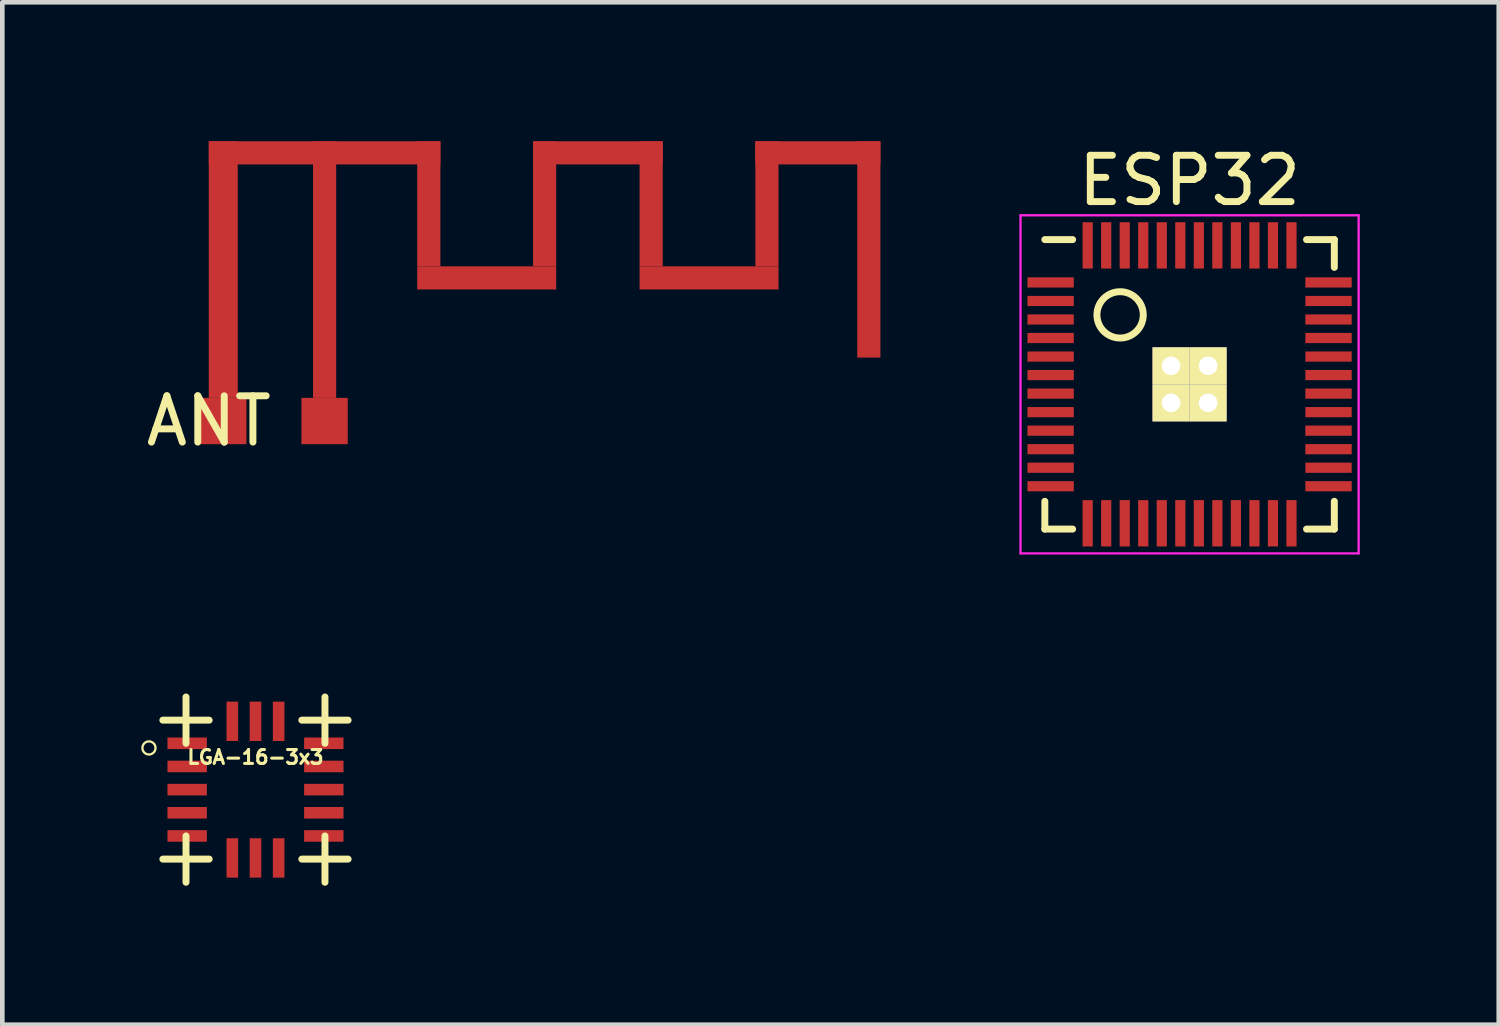
<source format=kicad_pcb>
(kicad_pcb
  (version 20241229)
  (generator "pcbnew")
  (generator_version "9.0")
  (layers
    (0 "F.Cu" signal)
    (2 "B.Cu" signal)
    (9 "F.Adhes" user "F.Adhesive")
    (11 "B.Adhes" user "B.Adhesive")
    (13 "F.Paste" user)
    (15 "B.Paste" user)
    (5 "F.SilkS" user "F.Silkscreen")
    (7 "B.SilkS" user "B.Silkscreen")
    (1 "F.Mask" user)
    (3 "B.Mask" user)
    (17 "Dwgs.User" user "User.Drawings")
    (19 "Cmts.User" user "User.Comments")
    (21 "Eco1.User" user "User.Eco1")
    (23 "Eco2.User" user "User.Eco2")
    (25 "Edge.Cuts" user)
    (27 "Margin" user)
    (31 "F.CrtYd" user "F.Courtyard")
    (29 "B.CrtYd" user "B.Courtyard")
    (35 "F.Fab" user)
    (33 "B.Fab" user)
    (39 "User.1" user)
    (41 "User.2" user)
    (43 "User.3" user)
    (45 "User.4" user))
  (footprint "ANT"
    (layer "F.Cu")
    (at 1.458 5.54)
    (property "Reference" "ANT" (at 0 0.5 0) (layer "F.SilkS") (effects (font (size 1 1) (thickness 0.15))))
    (attr through_hole)
    (pad "" smd rect (at 0.312 -2.77) (size 0.625 5.54) (layers "F.Cu" "F.Paste"))
    (pad "" smd rect (at 2.5 -5.29) (size 5 0.5) (layers "F.Cu" "F.Paste"))
    (pad "" smd rect (at 2.5 -2.77) (size 0.5 5.54) (layers "F.Cu" "F.Paste"))
    (pad "" smd rect (at 4.75 -4.19) (size 0.5 2.7) (layers "F.Cu" "F.Paste"))
    (pad "" smd rect (at 6 -2.59) (size 3 0.5) (layers "F.Cu" "F.Paste"))
    (pad "" smd rect (at 7.25 -4.19) (size 0.5 2.7) (layers "F.Cu" "F.Paste"))
    (pad "" smd rect (at 8.4 -5.29) (size 2.8 0.5) (layers "F.Cu" "F.Paste"))
    (pad "" smd rect (at 9.55 -4.19) (size 0.5 2.7) (layers "F.Cu" "F.Paste"))
    (pad "" smd rect (at 10.8 -2.59) (size 3 0.5) (layers "F.Cu" "F.Paste"))
    (pad "" smd rect (at 12.05 -4.19) (size 0.5 2.7) (layers "F.Cu" "F.Paste"))
    (pad "" smd rect (at 13.15 -5.29) (size 2.7 0.5) (layers "F.Cu" "F.Paste"))
    (pad "" smd rect (at 14.25 -3.205) (size 0.5 4.67) (layers "F.Cu" "F.Paste"))
    (pad "1" smd rect (at 2.5 0.5) (size 1 1) (layers "F.Cu" "F.Mask" "F.Paste"))
    (pad "2" smd rect (at 0.312 0.5) (size 1 1) (layers "F.Cu" "F.Mask" "F.Paste")))
  (footprint "ESP32"
    (layer "F.Cu")
    (at 22.633 5.248)
    (property "Reference" "ESP32" (at 0 -4.4 0) (layer "F.SilkS") (effects (font (size 1 1) (thickness 0.15))))
    (attr smd)
    (fp_line (start -3.125 -3.125) (end -2.525 -3.125) (stroke (width 0.15) (type solid)) (layer "F.SilkS"))
    (fp_line (start -3.125 3.125) (end -3.125 2.525) (stroke (width 0.15) (type solid)) (layer "F.SilkS"))
    (fp_line (start -3.125 3.125) (end -2.525 3.125) (stroke (width 0.15) (type solid)) (layer "F.SilkS"))
    (fp_line (start 3.125 -3.125) (end 2.525 -3.125) (stroke (width 0.15) (type solid)) (layer "F.SilkS"))
    (fp_line (start 3.125 -3.125) (end 3.125 -2.525) (stroke (width 0.15) (type solid)) (layer "F.SilkS"))
    (fp_line (start 3.125 3.125) (end 2.525 3.125) (stroke (width 0.15) (type solid)) (layer "F.SilkS"))
    (fp_line (start 3.125 3.125) (end 3.125 2.525) (stroke (width 0.15) (type solid)) (layer "F.SilkS"))
    (fp_circle (center -1.5 -1.5) (end -2 -1.5) (stroke (width 0.15) (type solid)) (fill no) (layer "F.SilkS"))
    (fp_line (start -3.65 -3.65) (end -3.65 3.65) (stroke (width 0.05) (type solid)) (layer "F.CrtYd"))
    (fp_line (start -3.65 -3.65) (end 3.65 -3.65) (stroke (width 0.05) (type solid)) (layer "F.CrtYd"))
    (fp_line (start -3.65 3.65) (end 3.65 3.65) (stroke (width 0.05) (type solid)) (layer "F.CrtYd"))
    (fp_line (start 3.65 -3.65) (end 3.65 3.65) (stroke (width 0.05) (type solid)) (layer "F.CrtYd"))
    (pad "1" smd rect (at -3 -2.2) (size 1 0.22) (layers "F.Cu" "F.Mask" "F.Paste"))
    (pad "2" smd rect (at -3 -1.8) (size 1 0.22) (layers "F.Cu" "F.Mask" "F.Paste"))
    (pad "3" smd rect (at -3 -1.4) (size 1 0.22) (layers "F.Cu" "F.Mask" "F.Paste"))
    (pad "4" smd rect (at -3 -1) (size 1 0.22) (layers "F.Cu" "F.Mask" "F.Paste"))
    (pad "5" smd rect (at -3 -0.6) (size 1 0.22) (layers "F.Cu" "F.Mask" "F.Paste"))
    (pad "6" smd rect (at -3 -0.2) (size 1 0.22) (layers "F.Cu" "F.Mask" "F.Paste"))
    (pad "7" smd rect (at -3 0.2) (size 1 0.22) (layers "F.Cu" "F.Mask" "F.Paste"))
    (pad "8" smd rect (at -3 0.6) (size 1 0.22) (layers "F.Cu" "F.Mask" "F.Paste"))
    (pad "9" smd rect (at -3 1) (size 1 0.22) (layers "F.Cu" "F.Mask" "F.Paste"))
    (pad "10" smd rect (at -3 1.4) (size 1 0.22) (layers "F.Cu" "F.Mask" "F.Paste"))
    (pad "11" smd rect (at -3 1.8) (size 1 0.22) (layers "F.Cu" "F.Mask" "F.Paste"))
    (pad "12" smd rect (at -3 2.2) (size 1 0.22) (layers "F.Cu" "F.Mask" "F.Paste"))
    (pad "13" smd rect (at -2.2 3 90) (size 1 0.22) (layers "F.Cu" "F.Mask" "F.Paste"))
    (pad "14" smd rect (at -1.8 3 90) (size 1 0.22) (layers "F.Cu" "F.Mask" "F.Paste"))
    (pad "15" smd rect (at -1.4 3 90) (size 1 0.22) (layers "F.Cu" "F.Mask" "F.Paste"))
    (pad "16" smd rect (at -1 3 90) (size 1 0.22) (layers "F.Cu" "F.Mask" "F.Paste"))
    (pad "17" smd rect (at -0.6 3 90) (size 1 0.22) (layers "F.Cu" "F.Mask" "F.Paste"))
    (pad "18" smd rect (at -0.2 3 90) (size 1 0.22) (layers "F.Cu" "F.Mask" "F.Paste"))
    (pad "19" smd rect (at 0.2 3 90) (size 1 0.22) (layers "F.Cu" "F.Mask" "F.Paste"))
    (pad "20" smd rect (at 0.6 3 90) (size 1 0.22) (layers "F.Cu" "F.Mask" "F.Paste"))
    (pad "21" smd rect (at 1 3 90) (size 1 0.22) (layers "F.Cu" "F.Mask" "F.Paste"))
    (pad "22" smd rect (at 1.4 3 90) (size 1 0.22) (layers "F.Cu" "F.Mask" "F.Paste"))
    (pad "23" smd rect (at 1.8 3 90) (size 1 0.22) (layers "F.Cu" "F.Mask" "F.Paste"))
    (pad "24" smd rect (at 2.2 3 90) (size 1 0.22) (layers "F.Cu" "F.Mask" "F.Paste"))
    (pad "25" smd rect (at 3 2.2) (size 1 0.22) (layers "F.Cu" "F.Mask" "F.Paste"))
    (pad "26" smd rect (at 3 1.8) (size 1 0.22) (layers "F.Cu" "F.Mask" "F.Paste"))
    (pad "27" smd rect (at 3 1.4) (size 1 0.22) (layers "F.Cu" "F.Mask" "F.Paste"))
    (pad "28" smd rect (at 3 1) (size 1 0.22) (layers "F.Cu" "F.Mask" "F.Paste"))
    (pad "29" smd rect (at 3 0.6) (size 1 0.22) (layers "F.Cu" "F.Mask" "F.Paste"))
    (pad "30" smd rect (at 3 0.2) (size 1 0.22) (layers "F.Cu" "F.Mask" "F.Paste"))
    (pad "31" smd rect (at 3 -0.2) (size 1 0.22) (layers "F.Cu" "F.Mask" "F.Paste"))
    (pad "32" smd rect (at 3 -0.6) (size 1 0.22) (layers "F.Cu" "F.Mask" "F.Paste"))
    (pad "33" smd rect (at 3 -1) (size 1 0.22) (layers "F.Cu" "F.Mask" "F.Paste"))
    (pad "34" smd rect (at 3 -1.4) (size 1 0.22) (layers "F.Cu" "F.Mask" "F.Paste"))
    (pad "35" smd rect (at 3 -1.8) (size 1 0.22) (layers "F.Cu" "F.Mask" "F.Paste"))
    (pad "36" smd rect (at 3 -2.2) (size 1 0.22) (layers "F.Cu" "F.Mask" "F.Paste"))
    (pad "37" smd rect (at 2.2 -3 90) (size 1 0.22) (layers "F.Cu" "F.Mask" "F.Paste"))
    (pad "38" smd rect (at 1.8 -3 90) (size 1 0.22) (layers "F.Cu" "F.Mask" "F.Paste"))
    (pad "39" smd rect (at 1.4 -3 90) (size 1 0.22) (layers "F.Cu" "F.Mask" "F.Paste"))
    (pad "40" smd rect (at 1 -3 90) (size 1 0.22) (layers "F.Cu" "F.Mask" "F.Paste"))
    (pad "41" smd rect (at 0.6 -3 90) (size 1 0.22) (layers "F.Cu" "F.Mask" "F.Paste"))
    (pad "42" smd rect (at 0.2 -3 90) (size 1 0.22) (layers "F.Cu" "F.Mask" "F.Paste"))
    (pad "43" smd rect (at -0.2 -3 90) (size 1 0.22) (layers "F.Cu" "F.Mask" "F.Paste"))
    (pad "44" smd rect (at -0.6 -3 90) (size 1 0.22) (layers "F.Cu" "F.Mask" "F.Paste"))
    (pad "45" smd rect (at -1 -3 90) (size 1 0.22) (layers "F.Cu" "F.Mask" "F.Paste"))
    (pad "46" smd rect (at -1.4 -3 90) (size 1 0.22) (layers "F.Cu" "F.Mask" "F.Paste"))
    (pad "47" smd rect (at -1.8 -3 90) (size 1 0.22) (layers "F.Cu" "F.Mask" "F.Paste"))
    (pad "48" smd rect (at -2.2 -3 90) (size 1 0.22) (layers "F.Cu" "F.Mask" "F.Paste"))
    (pad "49" thru_hole rect (at -0.4 -0.4) (size 0.8 0.8) (drill 0.4) (layers "*.Cu" "*.Mask" "F.SilkS"))
    (pad "49" thru_hole rect (at -0.4 0.4) (size 0.8 0.8) (drill 0.4) (layers "*.Cu" "*.Mask" "F.SilkS"))
    (pad "49" thru_hole rect (at 0.4 -0.4) (size 0.8 0.8) (drill 0.4) (layers "*.Cu" "*.Mask" "F.SilkS"))
    (pad "49" thru_hole rect (at 0.4 0.4) (size 0.8 0.8) (drill 0.4) (layers "*.Cu" "*.Mask" "F.SilkS")))
  (footprint "LGA-16-3x3"
    (layer "F.Cu")
    (at 2.466 13.998)
    (property "Reference" "LGA-16-3x3" (at 0 -0.701 0) (layer "F.SilkS") (effects (font (size 0.3 0.3) (thickness 0.066))))
    (attr through_hole)
    (fp_line (start -1.5 -1) (end -1.5 -2) (stroke (width 0.15) (type solid)) (layer "F.SilkS"))
    (fp_line (start -1.5 1) (end -1.5 2) (stroke (width 0.15) (type solid)) (layer "F.SilkS"))
    (fp_line (start -1 -1.5) (end -2 -1.5) (stroke (width 0.15) (type solid)) (layer "F.SilkS"))
    (fp_line (start -1 1.5) (end -2 1.5) (stroke (width 0.15) (type solid)) (layer "F.SilkS"))
    (fp_line (start 1 -1.5) (end 2 -1.5) (stroke (width 0.15) (type solid)) (layer "F.SilkS"))
    (fp_line (start 1 1.5) (end 2 1.5) (stroke (width 0.15) (type solid)) (layer "F.SilkS"))
    (fp_line (start 1.5 -1) (end 1.5 -2) (stroke (width 0.15) (type solid)) (layer "F.SilkS"))
    (fp_line (start 1.5 1) (end 1.5 2) (stroke (width 0.15) (type solid)) (layer "F.SilkS"))
    (fp_circle (center -2.3 -0.9) (end -2.2 -0.8) (stroke (width 0.05) (type solid)) (fill no) (layer "F.SilkS"))
    (pad "1" smd rect (at -1.475 -1) (size 0.85 0.25) (layers "F.Cu" "F.Mask" "F.Paste"))
    (pad "2" smd rect (at -1.475 -0.5) (size 0.85 0.25) (layers "F.Cu" "F.Mask" "F.Paste"))
    (pad "3" smd rect (at -1.475 0) (size 0.85 0.25) (layers "F.Cu" "F.Mask" "F.Paste"))
    (pad "4" smd rect (at -1.475 0.5) (size 0.85 0.25) (layers "F.Cu" "F.Mask" "F.Paste"))
    (pad "5" smd rect (at -1.475 1) (size 0.85 0.25) (layers "F.Cu" "F.Mask" "F.Paste"))
    (pad "6" smd rect (at -0.5 1.475) (size 0.25 0.85) (layers "F.Cu" "F.Mask" "F.Paste"))
    (pad "7" smd rect (at 0 1.475) (size 0.25 0.85) (layers "F.Cu" "F.Mask" "F.Paste"))
    (pad "8" smd rect (at 0.5 1.475) (size 0.25 0.85) (layers "F.Cu" "F.Mask" "F.Paste"))
    (pad "9" smd rect (at 1.475 1) (size 0.85 0.25) (layers "F.Cu" "F.Mask" "F.Paste"))
    (pad "10" smd rect (at 1.475 0.5) (size 0.85 0.25) (layers "F.Cu" "F.Mask" "F.Paste"))
    (pad "11" smd rect (at 1.475 0) (size 0.85 0.25) (layers "F.Cu" "F.Mask" "F.Paste"))
    (pad "12" smd rect (at 1.475 -0.5) (size 0.85 0.25) (layers "F.Cu" "F.Mask" "F.Paste"))
    (pad "13" smd rect (at 1.475 -1) (size 0.85 0.25) (layers "F.Cu" "F.Mask" "F.Paste"))
    (pad "14" smd rect (at 0.5 -1.475) (size 0.25 0.85) (layers "F.Cu" "F.Mask" "F.Paste"))
    (pad "15" smd rect (at 0 -1.475) (size 0.25 0.85) (layers "F.Cu" "F.Mask" "F.Paste"))
    (pad "16" smd rect (at -0.5 -1.475) (size 0.25 0.85) (layers "F.Cu" "F.Mask" "F.Paste")))
  (gr_rect
    (start -3 -3)
    (end 29.308 19.073)
    (stroke (width 0.1) (type default))
    (fill no)
    (layer "Edge.Cuts")))
</source>
